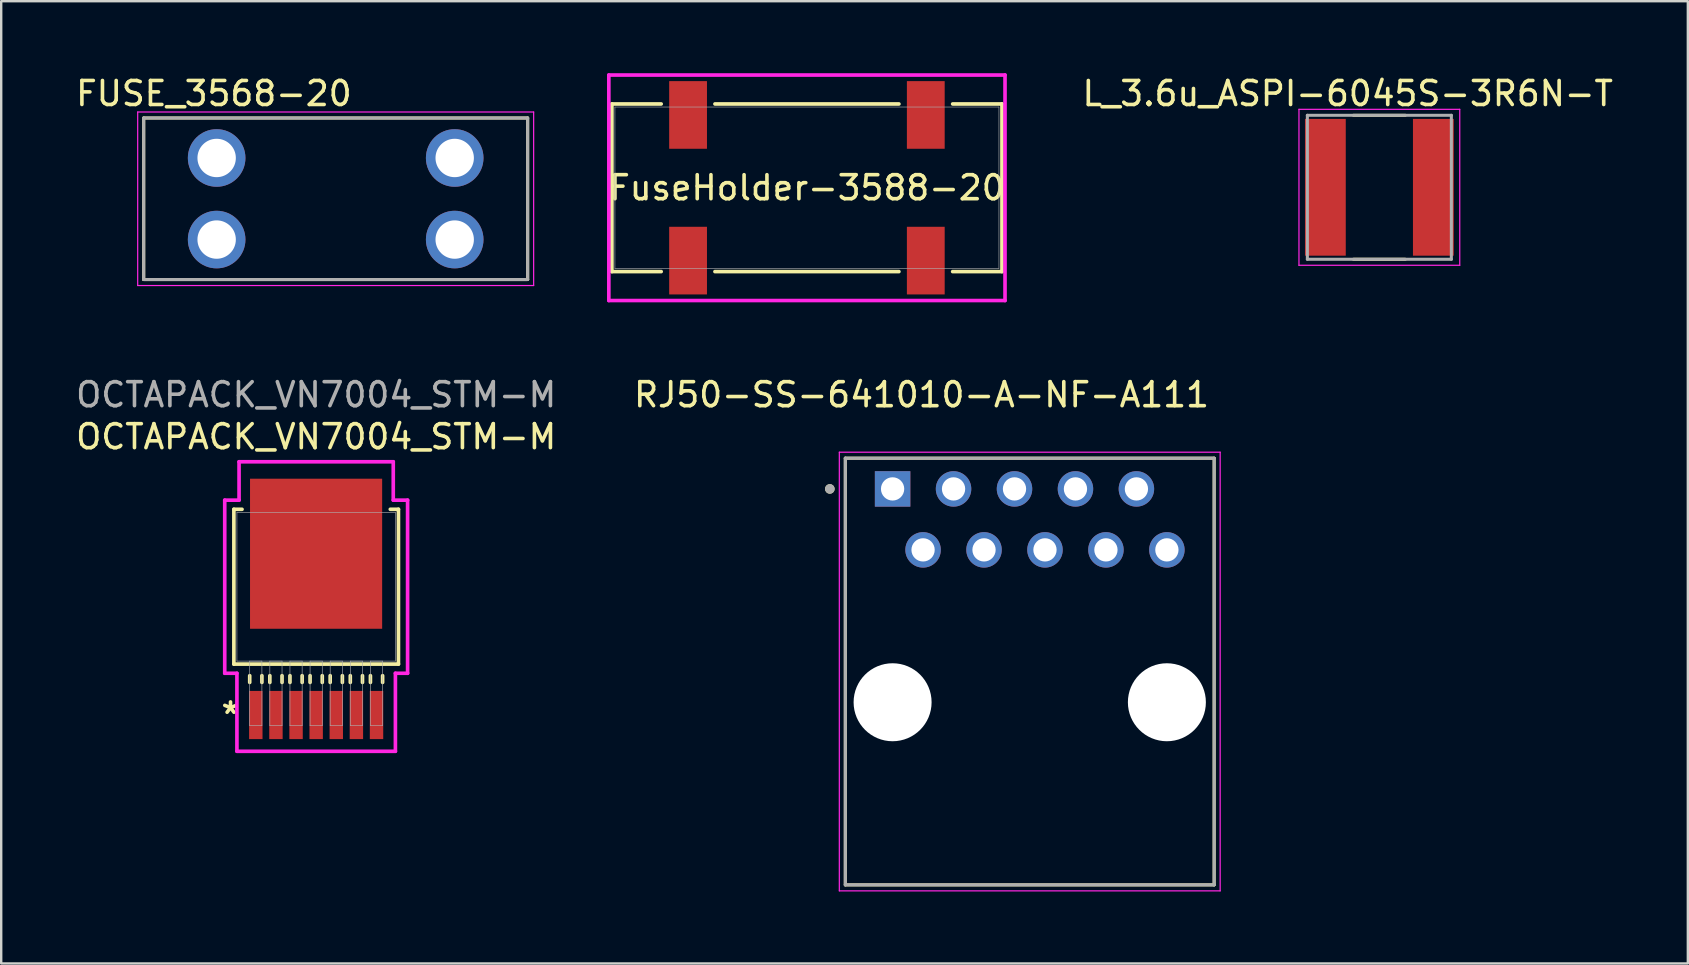
<source format=kicad_pcb>
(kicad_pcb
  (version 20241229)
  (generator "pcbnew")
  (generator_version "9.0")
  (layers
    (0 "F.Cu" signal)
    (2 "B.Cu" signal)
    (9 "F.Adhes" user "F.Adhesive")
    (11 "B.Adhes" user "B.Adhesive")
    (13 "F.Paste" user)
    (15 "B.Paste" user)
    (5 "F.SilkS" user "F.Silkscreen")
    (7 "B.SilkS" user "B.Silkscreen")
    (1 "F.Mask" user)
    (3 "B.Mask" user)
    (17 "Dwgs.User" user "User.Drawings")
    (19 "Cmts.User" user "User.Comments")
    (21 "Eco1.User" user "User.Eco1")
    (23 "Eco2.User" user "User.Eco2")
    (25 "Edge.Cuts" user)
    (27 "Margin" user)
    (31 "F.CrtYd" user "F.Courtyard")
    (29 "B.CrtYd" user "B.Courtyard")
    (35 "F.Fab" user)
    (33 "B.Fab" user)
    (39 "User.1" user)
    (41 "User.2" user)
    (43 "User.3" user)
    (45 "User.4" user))
  (footprint "FUSE_3568-20"
    (layer "F.Cu")
    (at 10.938 5.233)
    (property "Reference" "FUSE_3568-20" (at -5.075 -4.385 0) (layer "F.SilkS") (effects (font (size 1 1) (thickness 0.15))))
    (attr through_hole)
    (fp_line (start -8 -3.365) (end 8 -3.365) (stroke (width 0.127) (type solid)) (layer "F.SilkS"))
    (fp_line (start -8 3.365) (end -8 -3.365) (stroke (width 0.127) (type solid)) (layer "F.SilkS"))
    (fp_line (start 8 -3.365) (end 8 3.365) (stroke (width 0.127) (type solid)) (layer "F.SilkS"))
    (fp_line (start 8 3.365) (end -8 3.365) (stroke (width 0.127) (type solid)) (layer "F.SilkS"))
    (fp_line (start -8.25 -3.615) (end 8.25 -3.615) (stroke (width 0.05) (type solid)) (layer "F.CrtYd"))
    (fp_line (start -8.25 3.615) (end -8.25 -3.615) (stroke (width 0.05) (type solid)) (layer "F.CrtYd"))
    (fp_line (start 8.25 -3.615) (end 8.25 3.615) (stroke (width 0.05) (type solid)) (layer "F.CrtYd"))
    (fp_line (start 8.25 3.615) (end -8.25 3.615) (stroke (width 0.05) (type solid)) (layer "F.CrtYd"))
    (fp_line (start -8 -3.365) (end 8 -3.365) (stroke (width 0.127) (type solid)) (layer "F.Fab"))
    (fp_line (start -8 3.365) (end -8 -3.365) (stroke (width 0.127) (type solid)) (layer "F.Fab"))
    (fp_line (start 8 -3.365) (end 8 3.365) (stroke (width 0.127) (type solid)) (layer "F.Fab"))
    (fp_line (start 8 3.365) (end -8 3.365) (stroke (width 0.127) (type solid)) (layer "F.Fab"))
    (pad "1" thru_hole circle (at -4.96 -1.7) (size 2.4 2.4) (drill 1.6) (layers "*.Cu" "*.Mask"))
    (pad "1" thru_hole circle (at -4.96 1.7) (size 2.4 2.4) (drill 1.6) (layers "*.Cu" "*.Mask"))
    (pad "2" thru_hole circle (at 4.96 -1.7) (size 2.4 2.4) (drill 1.6) (layers "*.Cu" "*.Mask"))
    (pad "2" thru_hole circle (at 4.96 1.7) (size 2.4 2.4) (drill 1.6) (layers "*.Cu" "*.Mask")))
  (footprint "FuseHolder-3588-20"
    (layer "F.Cu")
    (at 30.576 4.775)
    (property "Reference" "FuseHolder-3588-20" (at 0 0 0) (unlocked yes) (layer "F.SilkS") (effects (font (size 1 1) (thickness 0.15))))
    (attr smd)
    (fp_line (start -8.128 -3.493) (end -8.128 3.493) (stroke (width 0.152) (type solid)) (layer "F.SilkS"))
    (fp_line (start -8.128 3.493) (end -6.073 3.493) (stroke (width 0.152) (type solid)) (layer "F.SilkS"))
    (fp_line (start -6.073 -3.493) (end -8.128 -3.493) (stroke (width 0.152) (type solid)) (layer "F.SilkS"))
    (fp_line (start -3.833 3.493) (end 3.833 3.493) (stroke (width 0.152) (type solid)) (layer "F.SilkS"))
    (fp_line (start 3.833 -3.493) (end -3.833 -3.493) (stroke (width 0.152) (type solid)) (layer "F.SilkS"))
    (fp_line (start 6.073 3.493) (end 8.128 3.493) (stroke (width 0.152) (type solid)) (layer "F.SilkS"))
    (fp_line (start 8.128 -3.493) (end 6.073 -3.493) (stroke (width 0.152) (type solid)) (layer "F.SilkS"))
    (fp_line (start 8.128 3.493) (end 8.128 -3.493) (stroke (width 0.152) (type solid)) (layer "F.SilkS"))
    (fp_line (start -8.255 -4.699) (end -8.255 4.699) (stroke (width 0.152) (type solid)) (layer "F.CrtYd"))
    (fp_line (start -8.255 4.699) (end 8.255 4.699) (stroke (width 0.152) (type solid)) (layer "F.CrtYd"))
    (fp_line (start 8.255 -4.699) (end -8.255 -4.699) (stroke (width 0.152) (type solid)) (layer "F.CrtYd"))
    (fp_line (start 8.255 4.699) (end 8.255 -4.699) (stroke (width 0.152) (type solid)) (layer "F.CrtYd"))
    (fp_line (start -8.001 -3.365) (end -8.001 3.365) (stroke (width 0.025) (type solid)) (layer "F.Fab"))
    (fp_line (start -8.001 3.365) (end 8.001 3.365) (stroke (width 0.025) (type solid)) (layer "F.Fab"))
    (fp_line (start 8.001 -3.365) (end -8.001 -3.365) (stroke (width 0.025) (type solid)) (layer "F.Fab"))
    (fp_line (start 8.001 3.365) (end 8.001 -3.365) (stroke (width 0.025) (type solid)) (layer "F.Fab"))
    (pad "1" smd rect (at -4.953 -3.035) (size 1.575 2.819) (layers "F.Cu" "F.Mask" "F.Paste"))
    (pad "1" smd rect (at -4.953 3.035) (size 1.575 2.819) (layers "F.Cu" "F.Mask" "F.Paste"))
    (pad "2" smd rect (at 4.953 -3.035) (size 1.575 2.819) (layers "F.Cu" "F.Mask" "F.Paste"))
    (pad "2" smd rect (at 4.953 3.035) (size 1.575 2.819) (layers "F.Cu" "F.Mask" "F.Paste")))
  (footprint "OCTAPACK_VN7004_STM-M"
    (layer "F.Cu")
    (at 10.125 21.399)
    (property "Reference" "OCTAPACK_VN7004_STM-M" (at 0 -6.25 0) (unlocked yes) (layer "F.SilkS") (effects (font (size 1 1) (thickness 0.15))))
    (attr smd)
    (fp_line (start -3.429 -3.226) (end -3.429 3.226) (stroke (width 0.152) (type solid)) (layer "F.SilkS"))
    (fp_line (start -3.429 3.226) (end 3.429 3.226) (stroke (width 0.152) (type solid)) (layer "F.SilkS"))
    (fp_line (start -3.089 -3.226) (end -3.429 -3.226) (stroke (width 0.152) (type solid)) (layer "F.SilkS"))
    (fp_line (start -2.769 3.708) (end -2.769 3.988) (stroke (width 0.152) (type solid)) (layer "F.SilkS"))
    (fp_line (start -2.261 3.708) (end -2.261 3.988) (stroke (width 0.152) (type solid)) (layer "F.SilkS"))
    (fp_line (start -1.93 3.708) (end -1.93 3.988) (stroke (width 0.152) (type solid)) (layer "F.SilkS"))
    (fp_line (start -1.422 3.708) (end -1.422 3.988) (stroke (width 0.152) (type solid)) (layer "F.SilkS"))
    (fp_line (start -1.092 3.708) (end -1.092 3.988) (stroke (width 0.152) (type solid)) (layer "F.SilkS"))
    (fp_line (start -0.584 3.708) (end -0.584 3.988) (stroke (width 0.152) (type solid)) (layer "F.SilkS"))
    (fp_line (start -0.254 3.708) (end -0.254 3.988) (stroke (width 0.152) (type solid)) (layer "F.SilkS"))
    (fp_line (start 0.254 3.708) (end 0.254 3.988) (stroke (width 0.152) (type solid)) (layer "F.SilkS"))
    (fp_line (start 0.584 3.708) (end 0.584 3.988) (stroke (width 0.152) (type solid)) (layer "F.SilkS"))
    (fp_line (start 1.092 3.708) (end 1.092 3.988) (stroke (width 0.152) (type solid)) (layer "F.SilkS"))
    (fp_line (start 1.422 3.708) (end 1.422 3.988) (stroke (width 0.152) (type solid)) (layer "F.SilkS"))
    (fp_line (start 1.93 3.708) (end 1.93 3.988) (stroke (width 0.152) (type solid)) (layer "F.SilkS"))
    (fp_line (start 2.261 3.708) (end 2.261 3.988) (stroke (width 0.152) (type solid)) (layer "F.SilkS"))
    (fp_line (start 2.769 3.708) (end 2.769 3.988) (stroke (width 0.152) (type solid)) (layer "F.SilkS"))
    (fp_line (start 3.429 -3.226) (end 3.089 -3.226) (stroke (width 0.152) (type solid)) (layer "F.SilkS"))
    (fp_line (start 3.429 3.226) (end 3.429 -3.226) (stroke (width 0.152) (type solid)) (layer "F.SilkS"))
    (fp_line (start -3.81 -3.607) (end -3.213 -3.607) (stroke (width 0.152) (type solid)) (layer "F.CrtYd"))
    (fp_line (start -3.81 3.607) (end -3.81 -3.607) (stroke (width 0.152) (type solid)) (layer "F.CrtYd"))
    (fp_line (start -3.302 3.607) (end -3.81 3.607) (stroke (width 0.152) (type solid)) (layer "F.CrtYd"))
    (fp_line (start -3.302 6.858) (end -3.302 3.607) (stroke (width 0.152) (type solid)) (layer "F.CrtYd"))
    (fp_line (start -3.213 -5.207) (end 3.213 -5.207) (stroke (width 0.152) (type solid)) (layer "F.CrtYd"))
    (fp_line (start -3.213 -3.607) (end -3.213 -5.207) (stroke (width 0.152) (type solid)) (layer "F.CrtYd"))
    (fp_line (start 3.213 -5.207) (end 3.213 -3.607) (stroke (width 0.152) (type solid)) (layer "F.CrtYd"))
    (fp_line (start 3.213 -3.607) (end 3.81 -3.607) (stroke (width 0.152) (type solid)) (layer "F.CrtYd"))
    (fp_line (start 3.302 3.607) (end 3.302 6.858) (stroke (width 0.152) (type solid)) (layer "F.CrtYd"))
    (fp_line (start 3.302 6.858) (end -3.302 6.858) (stroke (width 0.152) (type solid)) (layer "F.CrtYd"))
    (fp_line (start 3.81 -3.607) (end 3.81 3.607) (stroke (width 0.152) (type solid)) (layer "F.CrtYd"))
    (fp_line (start 3.81 3.607) (end 3.302 3.607) (stroke (width 0.152) (type solid)) (layer "F.CrtYd"))
    (fp_line (start -3.302 -3.099) (end -3.302 3.099) (stroke (width 0.025) (type solid)) (layer "F.Fab"))
    (fp_line (start -3.302 3.099) (end 3.302 3.099) (stroke (width 0.025) (type solid)) (layer "F.Fab"))
    (fp_line (start -2.769 3.099) (end -2.769 5.791) (stroke (width 0.025) (type solid)) (layer "F.Fab"))
    (fp_line (start -2.769 5.791) (end -2.261 5.791) (stroke (width 0.025) (type solid)) (layer "F.Fab"))
    (fp_line (start -2.261 3.099) (end -2.769 3.099) (stroke (width 0.025) (type solid)) (layer "F.Fab"))
    (fp_line (start -2.261 5.791) (end -2.261 3.099) (stroke (width 0.025) (type solid)) (layer "F.Fab"))
    (fp_line (start -1.93 3.099) (end -1.93 5.791) (stroke (width 0.025) (type solid)) (layer "F.Fab"))
    (fp_line (start -1.93 5.791) (end -1.422 5.791) (stroke (width 0.025) (type solid)) (layer "F.Fab"))
    (fp_line (start -1.422 3.099) (end -1.93 3.099) (stroke (width 0.025) (type solid)) (layer "F.Fab"))
    (fp_line (start -1.422 5.791) (end -1.422 3.099) (stroke (width 0.025) (type solid)) (layer "F.Fab"))
    (fp_line (start -1.092 3.099) (end -1.092 5.791) (stroke (width 0.025) (type solid)) (layer "F.Fab"))
    (fp_line (start -1.092 5.791) (end -0.584 5.791) (stroke (width 0.025) (type solid)) (layer "F.Fab"))
    (fp_line (start -0.584 3.099) (end -1.092 3.099) (stroke (width 0.025) (type solid)) (layer "F.Fab"))
    (fp_line (start -0.584 5.791) (end -0.584 3.099) (stroke (width 0.025) (type solid)) (layer "F.Fab"))
    (fp_line (start -0.254 3.099) (end -0.254 5.791) (stroke (width 0.025) (type solid)) (layer "F.Fab"))
    (fp_line (start -0.254 5.791) (end 0.254 5.791) (stroke (width 0.025) (type solid)) (layer "F.Fab"))
    (fp_line (start 0.254 3.099) (end -0.254 3.099) (stroke (width 0.025) (type solid)) (layer "F.Fab"))
    (fp_line (start 0.254 5.791) (end 0.254 3.099) (stroke (width 0.025) (type solid)) (layer "F.Fab"))
    (fp_line (start 0.584 3.099) (end 0.584 5.791) (stroke (width 0.025) (type solid)) (layer "F.Fab"))
    (fp_line (start 0.584 5.791) (end 1.092 5.791) (stroke (width 0.025) (type solid)) (layer "F.Fab"))
    (fp_line (start 1.092 3.099) (end 0.584 3.099) (stroke (width 0.025) (type solid)) (layer "F.Fab"))
    (fp_line (start 1.092 5.791) (end 1.092 3.099) (stroke (width 0.025) (type solid)) (layer "F.Fab"))
    (fp_line (start 1.422 3.099) (end 1.422 5.791) (stroke (width 0.025) (type solid)) (layer "F.Fab"))
    (fp_line (start 1.422 5.791) (end 1.93 5.791) (stroke (width 0.025) (type solid)) (layer "F.Fab"))
    (fp_line (start 1.93 3.099) (end 1.422 3.099) (stroke (width 0.025) (type solid)) (layer "F.Fab"))
    (fp_line (start 1.93 5.791) (end 1.93 3.099) (stroke (width 0.025) (type solid)) (layer "F.Fab"))
    (fp_line (start 2.261 3.099) (end 2.261 5.791) (stroke (width 0.025) (type solid)) (layer "F.Fab"))
    (fp_line (start 2.261 5.791) (end 2.769 5.791) (stroke (width 0.025) (type solid)) (layer "F.Fab"))
    (fp_line (start 2.769 3.099) (end 2.261 3.099) (stroke (width 0.025) (type solid)) (layer "F.Fab"))
    (fp_line (start 2.769 5.791) (end 2.769 3.099) (stroke (width 0.025) (type solid)) (layer "F.Fab"))
    (fp_line (start 3.302 -3.099) (end -3.302 -3.099) (stroke (width 0.025) (type solid)) (layer "F.Fab"))
    (fp_line (start 3.302 3.099) (end 3.302 -3.099) (stroke (width 0.025) (type solid)) (layer "F.Fab"))
    (fp_text user "*" (at -3.569 5.347 0) (unlocked yes) (layer "F.SilkS") (effects (font (size 1 1) (thickness 0.15))))
    (fp_text user "${REFERENCE}" (at 0 -8 0) (unlocked yes) (layer "F.Fab") (effects (font (size 1 1) (thickness 0.15))))
    (pad "1" smd rect (at -2.515 5.347) (size 0.559 2.007) (layers "F.Cu" "F.Mask" "F.Paste"))
    (pad "2" smd rect (at -1.676 5.347) (size 0.559 2.007) (layers "F.Cu" "F.Mask" "F.Paste"))
    (pad "3" smd rect (at -0.838 5.347) (size 0.559 2.007) (layers "F.Cu" "F.Mask" "F.Paste"))
    (pad "4" smd rect (at 0 5.347) (size 0.559 2.007) (layers "F.Cu" "F.Mask" "F.Paste"))
    (pad "5" smd rect (at 0.838 5.347) (size 0.559 2.007) (layers "F.Cu" "F.Mask" "F.Paste"))
    (pad "6" smd rect (at 1.676 5.347) (size 0.559 2.007) (layers "F.Cu" "F.Mask" "F.Paste"))
    (pad "7" smd rect (at 2.515 5.347) (size 0.559 2.007) (layers "F.Cu" "F.Mask" "F.Paste"))
    (pad "8" smd rect (at -0.003 -1.374) (size 5.506 6.253) (layers "F.Cu" "F.Mask" "F.Paste")))
  (footprint "RJ50-SS-641010-A-NF-A111"
    (layer "F.Cu")
    (at 39.861 26.214)
    (property "Reference" "RJ50-SS-641010-A-NF-A111" (at -4.51 -12.815 0) (layer "F.SilkS") (effects (font (size 1 1) (thickness 0.15))))
    (attr through_hole)
    (fp_line (start -7.685 -10.17) (end -7.685 7.61) (stroke (width 0.127) (type solid)) (layer "F.SilkS"))
    (fp_line (start -7.685 7.61) (end 7.685 7.61) (stroke (width 0.127) (type solid)) (layer "F.SilkS"))
    (fp_line (start 7.685 -10.17) (end -7.685 -10.17) (stroke (width 0.127) (type solid)) (layer "F.SilkS"))
    (fp_line (start 7.685 7.61) (end 7.685 -10.17) (stroke (width 0.127) (type solid)) (layer "F.SilkS"))
    (fp_circle (center -8.331 -8.89) (end -8.231 -8.89) (stroke (width 0.2) (type solid)) (fill no) (layer "F.SilkS"))
    (fp_line (start -7.935 -10.42) (end -7.935 7.86) (stroke (width 0.05) (type solid)) (layer "F.CrtYd"))
    (fp_line (start -7.935 7.86) (end 7.935 7.86) (stroke (width 0.05) (type solid)) (layer "F.CrtYd"))
    (fp_line (start 7.935 -10.42) (end -7.935 -10.42) (stroke (width 0.05) (type solid)) (layer "F.CrtYd"))
    (fp_line (start 7.935 7.86) (end 7.935 -10.42) (stroke (width 0.05) (type solid)) (layer "F.CrtYd"))
    (fp_line (start -7.685 -10.17) (end -7.685 7.61) (stroke (width 0.127) (type solid)) (layer "F.Fab"))
    (fp_line (start -7.685 7.61) (end 7.685 7.61) (stroke (width 0.127) (type solid)) (layer "F.Fab"))
    (fp_line (start 7.685 -10.17) (end -7.685 -10.17) (stroke (width 0.127) (type solid)) (layer "F.Fab"))
    (fp_line (start 7.685 7.61) (end 7.685 -10.17) (stroke (width 0.127) (type solid)) (layer "F.Fab"))
    (fp_circle (center -8.331 -8.89) (end -8.231 -8.89) (stroke (width 0.2) (type solid)) (fill no) (layer "F.Fab"))
    (pad "" np_thru_hole circle (at -5.715 0) (size 3.25 3.25) (drill 3.25) (layers "*.Cu" "*.Mask"))
    (pad "" np_thru_hole circle (at 5.715 0) (size 3.25 3.25) (drill 3.25) (layers "*.Cu" "*.Mask"))
    (pad "1" thru_hole rect (at -5.715 -8.89) (size 1.478 1.478) (drill 0.97) (layers "*.Cu" "*.Mask"))
    (pad "2" thru_hole circle (at -4.445 -6.35) (size 1.478 1.478) (drill 0.97) (layers "*.Cu" "*.Mask"))
    (pad "3" thru_hole circle (at -3.175 -8.89) (size 1.478 1.478) (drill 0.97) (layers "*.Cu" "*.Mask"))
    (pad "4" thru_hole circle (at -1.905 -6.35) (size 1.478 1.478) (drill 0.97) (layers "*.Cu" "*.Mask"))
    (pad "5" thru_hole circle (at -0.635 -8.89) (size 1.478 1.478) (drill 0.97) (layers "*.Cu" "*.Mask"))
    (pad "6" thru_hole circle (at 0.635 -6.35) (size 1.478 1.478) (drill 0.97) (layers "*.Cu" "*.Mask"))
    (pad "7" thru_hole circle (at 1.905 -8.89) (size 1.478 1.478) (drill 0.97) (layers "*.Cu" "*.Mask"))
    (pad "8" thru_hole circle (at 3.175 -6.35) (size 1.478 1.478) (drill 0.97) (layers "*.Cu" "*.Mask"))
    (pad "9" thru_hole circle (at 4.445 -8.89) (size 1.478 1.478) (drill 0.97) (layers "*.Cu" "*.Mask"))
    (pad "10" thru_hole circle (at 5.715 -6.35) (size 1.478 1.478) (drill 0.97) (layers "*.Cu" "*.Mask")))
  (footprint "L_3.6u_ASPI-6045S-3R6N-T"
    (layer "F.Cu")
    (at 54.43 4.755)
    (property "Reference" "L_3.6u_ASPI-6045S-3R6N-T" (at -1.318 -3.906 0) (layer "F.SilkS") (effects (font (size 1 1) (thickness 0.15))))
    (attr smd)
    (fp_line (start -1.08 -3) (end 1.08 -3) (stroke (width 0.127) (type solid)) (layer "F.SilkS"))
    (fp_line (start -1.08 3) (end 1.08 3) (stroke (width 0.127) (type solid)) (layer "F.SilkS"))
    (fp_line (start -3.35 -3.25) (end -3.35 3.25) (stroke (width 0.05) (type solid)) (layer "F.CrtYd"))
    (fp_line (start -3.35 3.25) (end 3.35 3.25) (stroke (width 0.05) (type solid)) (layer "F.CrtYd"))
    (fp_line (start 3.35 -3.25) (end -3.35 -3.25) (stroke (width 0.05) (type solid)) (layer "F.CrtYd"))
    (fp_line (start 3.35 3.25) (end 3.35 -3.25) (stroke (width 0.05) (type solid)) (layer "F.CrtYd"))
    (fp_line (start -3 -3) (end -3 3) (stroke (width 0.127) (type solid)) (layer "F.Fab"))
    (fp_line (start -3 -3) (end 3 -3) (stroke (width 0.127) (type solid)) (layer "F.Fab"))
    (fp_line (start -3 3) (end 3 3) (stroke (width 0.127) (type solid)) (layer "F.Fab"))
    (fp_line (start 3 -3) (end 3 3) (stroke (width 0.127) (type solid)) (layer "F.Fab"))
    (pad "1" smd rect (at -2.25 0) (size 1.7 5.7) (layers "F.Cu" "F.Mask" "F.Paste"))
    (pad "2" smd rect (at 2.25 0) (size 1.7 5.7) (layers "F.Cu" "F.Mask" "F.Paste")))
  (gr_rect
    (start -3 -3)
    (end 67.285 37.099)
    (stroke (width 0.1) (type default))
    (fill no)
    (layer "Edge.Cuts")))
</source>
